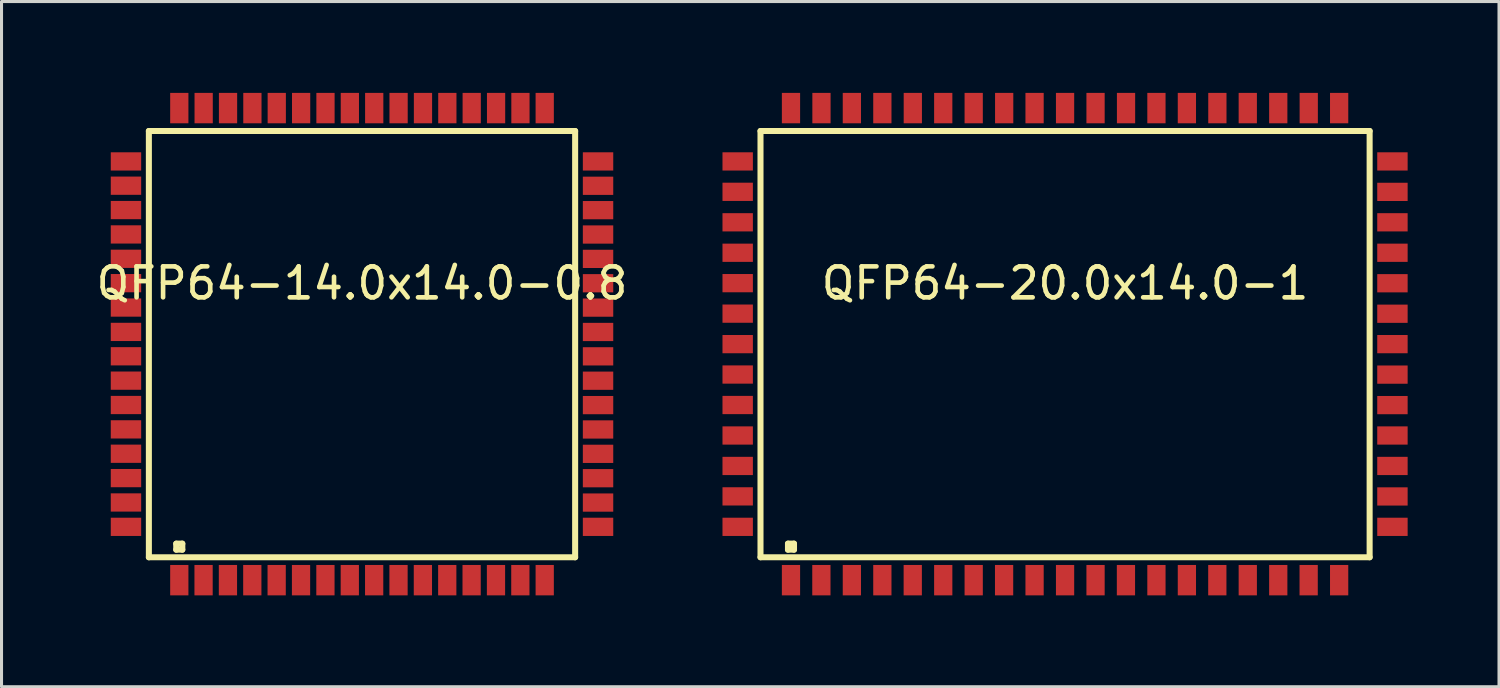
<source format=kicad_pcb>
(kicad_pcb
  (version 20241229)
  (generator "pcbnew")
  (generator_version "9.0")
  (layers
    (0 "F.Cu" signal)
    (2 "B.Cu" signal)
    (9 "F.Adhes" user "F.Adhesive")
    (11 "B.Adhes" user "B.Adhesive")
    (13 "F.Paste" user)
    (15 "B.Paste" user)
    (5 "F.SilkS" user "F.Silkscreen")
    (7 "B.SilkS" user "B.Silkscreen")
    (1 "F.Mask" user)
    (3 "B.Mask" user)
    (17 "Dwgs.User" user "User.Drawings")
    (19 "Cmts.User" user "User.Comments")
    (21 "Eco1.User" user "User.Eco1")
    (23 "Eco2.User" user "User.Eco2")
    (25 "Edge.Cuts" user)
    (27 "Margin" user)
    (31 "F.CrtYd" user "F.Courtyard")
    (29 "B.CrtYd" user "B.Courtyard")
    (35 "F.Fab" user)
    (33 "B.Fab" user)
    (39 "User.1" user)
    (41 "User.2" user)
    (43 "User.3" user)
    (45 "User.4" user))
  (footprint "QFP64-14.0x14.0-0.8"
    (layer "F.Cu")
    (at 8.836 8.249)
    (property "Reference" "QFP64-14.0x14.0-0.8" (at 0 -1.999 0) (layer "F.SilkS") (effects (font (size 1.016 1.016) (thickness 0.152))))
    (attr through_hole)
    (fp_line (start -6.998 -6.998) (end 6.998 -6.998) (stroke (width 0.198) (type solid)) (layer "F.SilkS"))
    (fp_line (start -6.998 6.998) (end -6.998 -6.998) (stroke (width 0.198) (type solid)) (layer "F.SilkS"))
    (fp_line (start -6.099 6.551) (end -5.9 6.551) (stroke (width 0.198) (type solid)) (layer "F.SilkS"))
    (fp_line (start -6.099 6.749) (end -6.099 6.551) (stroke (width 0.198) (type solid)) (layer "F.SilkS"))
    (fp_line (start -5.9 6.551) (end -5.9 6.749) (stroke (width 0.198) (type solid)) (layer "F.SilkS"))
    (fp_line (start -5.9 6.749) (end -6.099 6.749) (stroke (width 0.198) (type solid)) (layer "F.SilkS"))
    (fp_line (start 6.998 -6.998) (end 6.998 6.998) (stroke (width 0.198) (type solid)) (layer "F.SilkS"))
    (fp_line (start 6.998 6.998) (end -6.998 6.998) (stroke (width 0.198) (type solid)) (layer "F.SilkS"))
    (pad "1" smd rect (at -5.999 7.75) (size 0.599 0.998) (layers "*.Mask" "F.Cu"))
    (pad "2" smd rect (at -5.202 7.75) (size 0.599 0.998) (layers "*.Mask" "F.Cu"))
    (pad "3" smd rect (at -4.402 7.75) (size 0.599 0.998) (layers "*.Mask" "F.Cu"))
    (pad "4" smd rect (at -3.602 7.75) (size 0.599 0.998) (layers "*.Mask" "F.Cu"))
    (pad "5" smd rect (at -2.802 7.75) (size 0.599 0.998) (layers "*.Mask" "F.Cu"))
    (pad "6" smd rect (at -2.002 7.75) (size 0.599 0.998) (layers "*.Mask" "F.Cu"))
    (pad "7" smd rect (at -1.201 7.75) (size 0.599 0.998) (layers "*.Mask" "F.Cu"))
    (pad "8" smd rect (at -0.401 7.75) (size 0.599 0.998) (layers "*.Mask" "F.Cu"))
    (pad "9" smd rect (at 0.399 7.75) (size 0.599 0.998) (layers "*.Mask" "F.Cu"))
    (pad "10" smd rect (at 1.199 7.75) (size 0.599 0.998) (layers "*.Mask" "F.Cu"))
    (pad "11" smd rect (at 1.999 7.75) (size 0.599 0.998) (layers "*.Mask" "F.Cu"))
    (pad "12" smd rect (at 2.799 7.75) (size 0.599 0.998) (layers "*.Mask" "F.Cu"))
    (pad "13" smd rect (at 3.599 7.75) (size 0.599 0.998) (layers "*.Mask" "F.Cu"))
    (pad "14" smd rect (at 4.399 7.75) (size 0.599 0.998) (layers "*.Mask" "F.Cu"))
    (pad "15" smd rect (at 5.199 7.75) (size 0.599 0.998) (layers "*.Mask" "F.Cu"))
    (pad "16" smd rect (at 5.999 7.75) (size 0.599 0.998) (layers "*.Mask" "F.Cu"))
    (pad "17" smd rect (at 7.75 5.999 90) (size 0.599 0.998) (layers "*.Mask" "F.Cu"))
    (pad "18" smd rect (at 7.75 5.202 90) (size 0.599 0.998) (layers "*.Mask" "F.Cu"))
    (pad "19" smd rect (at 7.75 4.402 90) (size 0.599 0.998) (layers "*.Mask" "F.Cu"))
    (pad "20" smd rect (at 7.75 3.602 90) (size 0.599 0.998) (layers "*.Mask" "F.Cu"))
    (pad "21" smd rect (at 7.75 2.802 90) (size 0.599 0.998) (layers "*.Mask" "F.Cu"))
    (pad "22" smd rect (at 7.75 2.002 90) (size 0.599 0.998) (layers "*.Mask" "F.Cu"))
    (pad "23" smd rect (at 7.75 1.201 90) (size 0.599 0.998) (layers "*.Mask" "F.Cu"))
    (pad "24" smd rect (at 7.75 0.401 90) (size 0.599 0.998) (layers "*.Mask" "F.Cu"))
    (pad "25" smd rect (at 7.75 -0.399 90) (size 0.599 0.998) (layers "*.Mask" "F.Cu"))
    (pad "26" smd rect (at 7.75 -1.199 90) (size 0.599 0.998) (layers "*.Mask" "F.Cu"))
    (pad "27" smd rect (at 7.75 -1.999 90) (size 0.599 0.998) (layers "*.Mask" "F.Cu"))
    (pad "28" smd rect (at 7.75 -2.799 90) (size 0.599 0.998) (layers "*.Mask" "F.Cu"))
    (pad "29" smd rect (at 7.75 -3.599 90) (size 0.599 0.998) (layers "*.Mask" "F.Cu"))
    (pad "30" smd rect (at 7.75 -4.399 90) (size 0.599 0.998) (layers "*.Mask" "F.Cu"))
    (pad "31" smd rect (at 7.75 -5.199 90) (size 0.599 0.998) (layers "*.Mask" "F.Cu"))
    (pad "32" smd rect (at 7.75 -5.999 90) (size 0.599 0.998) (layers "*.Mask" "F.Cu"))
    (pad "33" smd rect (at 5.999 -7.75) (size 0.599 0.998) (layers "*.Mask" "F.Cu"))
    (pad "34" smd rect (at 5.202 -7.75) (size 0.599 0.998) (layers "*.Mask" "F.Cu"))
    (pad "35" smd rect (at 4.402 -7.75) (size 0.599 0.998) (layers "*.Mask" "F.Cu"))
    (pad "36" smd rect (at 3.602 -7.75) (size 0.599 0.998) (layers "*.Mask" "F.Cu"))
    (pad "37" smd rect (at 2.802 -7.75) (size 0.599 0.998) (layers "*.Mask" "F.Cu"))
    (pad "38" smd rect (at 2.002 -7.75) (size 0.599 0.998) (layers "*.Mask" "F.Cu"))
    (pad "39" smd rect (at 1.201 -7.75) (size 0.599 0.998) (layers "*.Mask" "F.Cu"))
    (pad "40" smd rect (at 0.401 -7.75) (size 0.599 0.998) (layers "*.Mask" "F.Cu"))
    (pad "41" smd rect (at -0.399 -7.75) (size 0.599 0.998) (layers "*.Mask" "F.Cu"))
    (pad "42" smd rect (at -1.199 -7.75) (size 0.599 0.998) (layers "*.Mask" "F.Cu"))
    (pad "43" smd rect (at -1.999 -7.75) (size 0.599 0.998) (layers "*.Mask" "F.Cu"))
    (pad "44" smd rect (at -2.799 -7.75) (size 0.599 0.998) (layers "*.Mask" "F.Cu"))
    (pad "45" smd rect (at -3.599 -7.75) (size 0.599 0.998) (layers "*.Mask" "F.Cu"))
    (pad "46" smd rect (at -4.399 -7.75) (size 0.599 0.998) (layers "*.Mask" "F.Cu"))
    (pad "47" smd rect (at -5.199 -7.75) (size 0.599 0.998) (layers "*.Mask" "F.Cu"))
    (pad "48" smd rect (at -5.999 -7.75) (size 0.599 0.998) (layers "*.Mask" "F.Cu"))
    (pad "49" smd rect (at -7.75 -5.999 90) (size 0.599 0.998) (layers "*.Mask" "F.Cu"))
    (pad "50" smd rect (at -7.75 -5.202 90) (size 0.599 0.998) (layers "*.Mask" "F.Cu"))
    (pad "51" smd rect (at -7.75 -4.402 90) (size 0.599 0.998) (layers "*.Mask" "F.Cu"))
    (pad "52" smd rect (at -7.75 -3.602 90) (size 0.599 0.998) (layers "*.Mask" "F.Cu"))
    (pad "53" smd rect (at -7.75 -2.802 90) (size 0.599 0.998) (layers "*.Mask" "F.Cu"))
    (pad "54" smd rect (at -7.75 -2.002 90) (size 0.599 0.998) (layers "*.Mask" "F.Cu"))
    (pad "55" smd rect (at -7.75 -1.201 90) (size 0.599 0.998) (layers "*.Mask" "F.Cu"))
    (pad "56" smd rect (at -7.75 -0.401 90) (size 0.599 0.998) (layers "*.Mask" "F.Cu"))
    (pad "57" smd rect (at -7.75 0.399 90) (size 0.599 0.998) (layers "*.Mask" "F.Cu"))
    (pad "58" smd rect (at -7.75 1.199 90) (size 0.599 0.998) (layers "*.Mask" "F.Cu"))
    (pad "59" smd rect (at -7.75 1.999 90) (size 0.599 0.998) (layers "*.Mask" "F.Cu"))
    (pad "60" smd rect (at -7.75 2.799 90) (size 0.599 0.998) (layers "*.Mask" "F.Cu"))
    (pad "61" smd rect (at -7.75 3.599 90) (size 0.599 0.998) (layers "*.Mask" "F.Cu"))
    (pad "62" smd rect (at -7.75 4.399 90) (size 0.599 0.998) (layers "*.Mask" "F.Cu"))
    (pad "63" smd rect (at -7.75 5.199 90) (size 0.599 0.998) (layers "*.Mask" "F.Cu"))
    (pad "64" smd rect (at -7.75 5.999 90) (size 0.599 0.998) (layers "*.Mask" "F.Cu")))
  (footprint "QFP64-20.0x14.0-1"
    (layer "F.Cu")
    (at 31.92 8.249)
    (property "Reference" "QFP64-20.0x14.0-1" (at 0 -1.999 0) (layer "F.SilkS") (effects (font (size 1.016 1.016) (thickness 0.152))))
    (attr through_hole)
    (fp_line (start -10 -6.998) (end 10 -6.998) (stroke (width 0.198) (type solid)) (layer "F.SilkS"))
    (fp_line (start -10 6.998) (end -10 -6.998) (stroke (width 0.198) (type solid)) (layer "F.SilkS"))
    (fp_line (start -9.098 6.551) (end -8.9 6.551) (stroke (width 0.198) (type solid)) (layer "F.SilkS"))
    (fp_line (start -9.098 6.749) (end -9.098 6.551) (stroke (width 0.198) (type solid)) (layer "F.SilkS"))
    (fp_line (start -8.9 6.551) (end -8.9 6.749) (stroke (width 0.198) (type solid)) (layer "F.SilkS"))
    (fp_line (start -8.9 6.749) (end -9.098 6.749) (stroke (width 0.198) (type solid)) (layer "F.SilkS"))
    (fp_line (start 10 -6.998) (end 10 6.998) (stroke (width 0.198) (type solid)) (layer "F.SilkS"))
    (fp_line (start 10 6.998) (end -10 6.998) (stroke (width 0.198) (type solid)) (layer "F.SilkS"))
    (pad "1" smd rect (at -8.999 7.75) (size 0.599 0.998) (layers "*.Mask" "F.Cu"))
    (pad "2" smd rect (at -8.001 7.75) (size 0.599 0.998) (layers "*.Mask" "F.Cu"))
    (pad "3" smd rect (at -7 7.75) (size 0.599 0.998) (layers "*.Mask" "F.Cu"))
    (pad "4" smd rect (at -5.999 7.75) (size 0.599 0.998) (layers "*.Mask" "F.Cu"))
    (pad "5" smd rect (at -5.001 7.75) (size 0.599 0.998) (layers "*.Mask" "F.Cu"))
    (pad "6" smd rect (at -4 7.75) (size 0.599 0.998) (layers "*.Mask" "F.Cu"))
    (pad "7" smd rect (at -3 7.75) (size 0.599 0.998) (layers "*.Mask" "F.Cu"))
    (pad "8" smd rect (at -2.002 7.75) (size 0.599 0.998) (layers "*.Mask" "F.Cu"))
    (pad "9" smd rect (at -1.001 7.75) (size 0.599 0.998) (layers "*.Mask" "F.Cu"))
    (pad "10" smd rect (at 0 7.75) (size 0.599 0.998) (layers "*.Mask" "F.Cu"))
    (pad "11" smd rect (at 1.001 7.75) (size 0.599 0.998) (layers "*.Mask" "F.Cu"))
    (pad "12" smd rect (at 1.999 7.75) (size 0.599 0.998) (layers "*.Mask" "F.Cu"))
    (pad "13" smd rect (at 3 7.75) (size 0.599 0.998) (layers "*.Mask" "F.Cu"))
    (pad "14" smd rect (at 4 7.75) (size 0.599 0.998) (layers "*.Mask" "F.Cu"))
    (pad "15" smd rect (at 4.999 7.75) (size 0.599 0.998) (layers "*.Mask" "F.Cu"))
    (pad "16" smd rect (at 5.999 7.75) (size 0.599 0.998) (layers "*.Mask" "F.Cu"))
    (pad "17" smd rect (at 7 7.75) (size 0.599 0.998) (layers "*.Mask" "F.Cu"))
    (pad "18" smd rect (at 7.998 7.75) (size 0.599 0.998) (layers "*.Mask" "F.Cu"))
    (pad "19" smd rect (at 8.999 7.75) (size 0.599 0.998) (layers "*.Mask" "F.Cu"))
    (pad "20" smd rect (at 10.749 5.999 90) (size 0.599 0.998) (layers "*.Mask" "F.Cu"))
    (pad "21" smd rect (at 10.749 5.001 90) (size 0.599 0.998) (layers "*.Mask" "F.Cu"))
    (pad "22" smd rect (at 10.749 4 90) (size 0.599 0.998) (layers "*.Mask" "F.Cu"))
    (pad "23" smd rect (at 10.749 3 90) (size 0.599 0.998) (layers "*.Mask" "F.Cu"))
    (pad "24" smd rect (at 10.749 2.002 90) (size 0.599 0.998) (layers "*.Mask" "F.Cu"))
    (pad "25" smd rect (at 10.749 1.001 90) (size 0.599 0.998) (layers "*.Mask" "F.Cu"))
    (pad "26" smd rect (at 10.749 0 90) (size 0.599 0.998) (layers "*.Mask" "F.Cu"))
    (pad "27" smd rect (at 10.749 -0.998 90) (size 0.599 0.998) (layers "*.Mask" "F.Cu"))
    (pad "28" smd rect (at 10.749 -1.999 90) (size 0.599 0.998) (layers "*.Mask" "F.Cu"))
    (pad "29" smd rect (at 10.749 -3 90) (size 0.599 0.998) (layers "*.Mask" "F.Cu"))
    (pad "30" smd rect (at 10.749 -4 90) (size 0.599 0.998) (layers "*.Mask" "F.Cu"))
    (pad "31" smd rect (at 10.749 -4.999 90) (size 0.599 0.998) (layers "*.Mask" "F.Cu"))
    (pad "32" smd rect (at 10.749 -5.999 90) (size 0.599 0.998) (layers "*.Mask" "F.Cu"))
    (pad "33" smd rect (at 8.999 -7.75) (size 0.599 0.998) (layers "*.Mask" "F.Cu"))
    (pad "34" smd rect (at 8.001 -7.75) (size 0.599 0.998) (layers "*.Mask" "F.Cu"))
    (pad "35" smd rect (at 7 -7.75) (size 0.599 0.998) (layers "*.Mask" "F.Cu"))
    (pad "36" smd rect (at 5.999 -7.75) (size 0.599 0.998) (layers "*.Mask" "F.Cu"))
    (pad "37" smd rect (at 5.001 -7.75) (size 0.599 0.998) (layers "*.Mask" "F.Cu"))
    (pad "38" smd rect (at 4 -7.75) (size 0.599 0.998) (layers "*.Mask" "F.Cu"))
    (pad "39" smd rect (at 3 -7.75) (size 0.599 0.998) (layers "*.Mask" "F.Cu"))
    (pad "40" smd rect (at 2.002 -7.75) (size 0.599 0.998) (layers "*.Mask" "F.Cu"))
    (pad "41" smd rect (at 1.001 -7.75) (size 0.599 0.998) (layers "*.Mask" "F.Cu"))
    (pad "42" smd rect (at 0 -7.75) (size 0.599 0.998) (layers "*.Mask" "F.Cu"))
    (pad "43" smd rect (at -1.001 -7.75) (size 0.599 0.998) (layers "*.Mask" "F.Cu"))
    (pad "44" smd rect (at -1.999 -7.75) (size 0.599 0.998) (layers "*.Mask" "F.Cu"))
    (pad "45" smd rect (at -3 -7.75) (size 0.599 0.998) (layers "*.Mask" "F.Cu"))
    (pad "46" smd rect (at -4 -7.75) (size 0.599 0.998) (layers "*.Mask" "F.Cu"))
    (pad "47" smd rect (at -4.999 -7.75) (size 0.599 0.998) (layers "*.Mask" "F.Cu"))
    (pad "48" smd rect (at -5.999 -7.75) (size 0.599 0.998) (layers "*.Mask" "F.Cu"))
    (pad "49" smd rect (at -7 -7.75) (size 0.599 0.998) (layers "*.Mask" "F.Cu"))
    (pad "50" smd rect (at -7.998 -7.75) (size 0.599 0.998) (layers "*.Mask" "F.Cu"))
    (pad "51" smd rect (at -8.999 -7.75) (size 0.599 0.998) (layers "*.Mask" "F.Cu"))
    (pad "52" smd rect (at -10.749 -5.999 90) (size 0.599 0.998) (layers "*.Mask" "F.Cu"))
    (pad "53" smd rect (at -10.749 -5.001 90) (size 0.599 0.998) (layers "*.Mask" "F.Cu"))
    (pad "54" smd rect (at -10.749 -4 90) (size 0.599 0.998) (layers "*.Mask" "F.Cu"))
    (pad "55" smd rect (at -10.749 -3 90) (size 0.599 0.998) (layers "*.Mask" "F.Cu"))
    (pad "56" smd rect (at -10.749 -2.002 90) (size 0.599 0.998) (layers "*.Mask" "F.Cu"))
    (pad "57" smd rect (at -10.749 -1.001 90) (size 0.599 0.998) (layers "*.Mask" "F.Cu"))
    (pad "58" smd rect (at -10.749 0 90) (size 0.599 0.998) (layers "*.Mask" "F.Cu"))
    (pad "59" smd rect (at -10.749 0.998 90) (size 0.599 0.998) (layers "*.Mask" "F.Cu"))
    (pad "60" smd rect (at -10.749 1.999 90) (size 0.599 0.998) (layers "*.Mask" "F.Cu"))
    (pad "61" smd rect (at -10.749 3 90) (size 0.599 0.998) (layers "*.Mask" "F.Cu"))
    (pad "62" smd rect (at -10.749 4 90) (size 0.599 0.998) (layers "*.Mask" "F.Cu"))
    (pad "63" smd rect (at -10.749 4.999 90) (size 0.599 0.998) (layers "*.Mask" "F.Cu"))
    (pad "64" smd rect (at -10.749 5.999 90) (size 0.599 0.998) (layers "*.Mask" "F.Cu")))
  (gr_rect
    (start -3 -3)
    (end 46.168 19.497)
    (stroke (width 0.1) (type default))
    (fill no)
    (layer "Edge.Cuts")))
</source>
